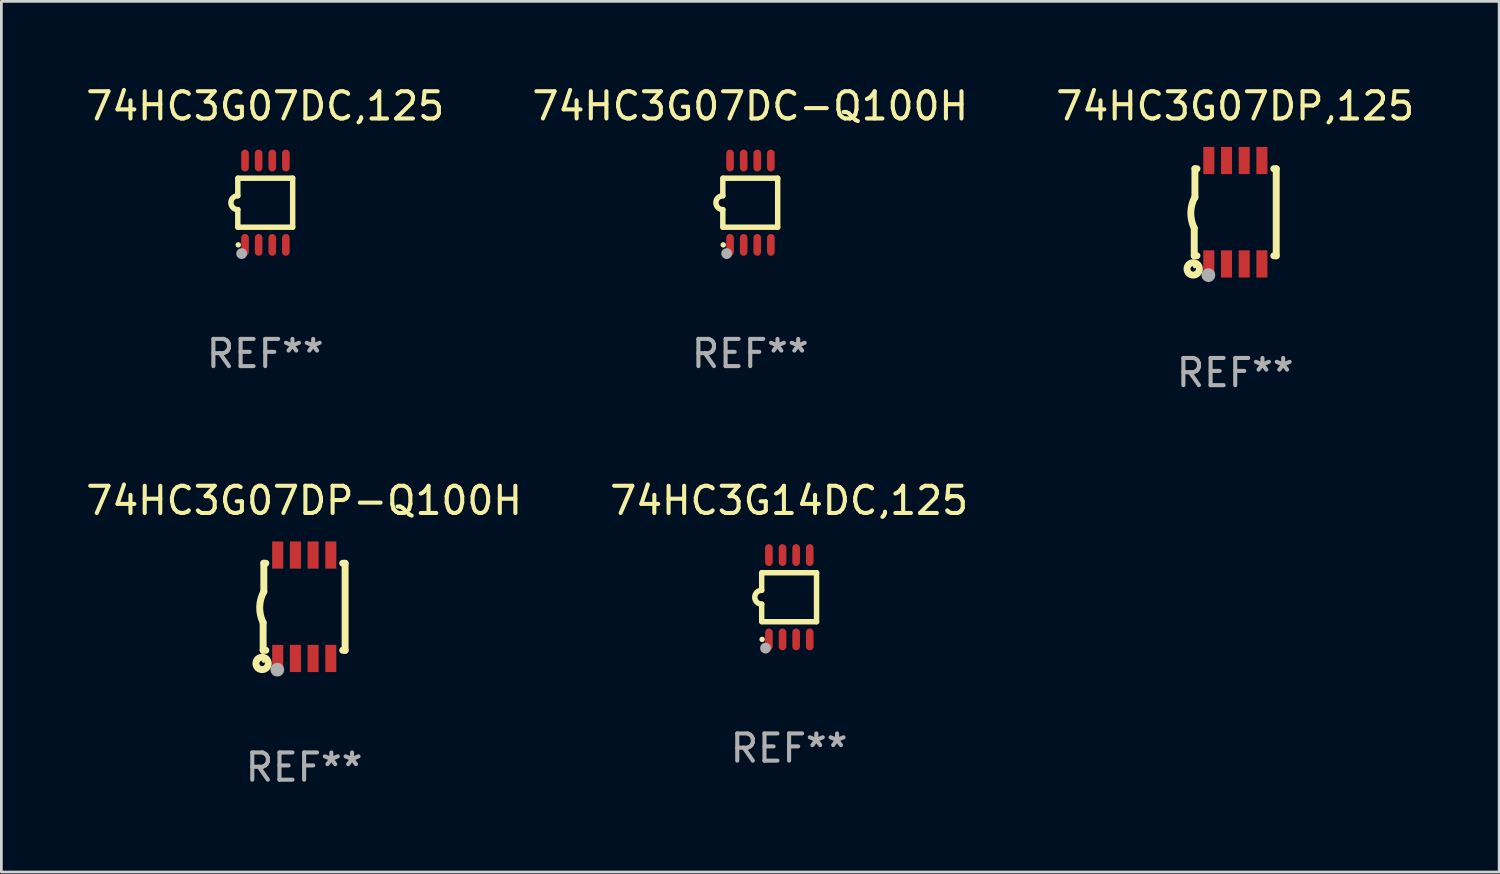
<source format=kicad_pcb>
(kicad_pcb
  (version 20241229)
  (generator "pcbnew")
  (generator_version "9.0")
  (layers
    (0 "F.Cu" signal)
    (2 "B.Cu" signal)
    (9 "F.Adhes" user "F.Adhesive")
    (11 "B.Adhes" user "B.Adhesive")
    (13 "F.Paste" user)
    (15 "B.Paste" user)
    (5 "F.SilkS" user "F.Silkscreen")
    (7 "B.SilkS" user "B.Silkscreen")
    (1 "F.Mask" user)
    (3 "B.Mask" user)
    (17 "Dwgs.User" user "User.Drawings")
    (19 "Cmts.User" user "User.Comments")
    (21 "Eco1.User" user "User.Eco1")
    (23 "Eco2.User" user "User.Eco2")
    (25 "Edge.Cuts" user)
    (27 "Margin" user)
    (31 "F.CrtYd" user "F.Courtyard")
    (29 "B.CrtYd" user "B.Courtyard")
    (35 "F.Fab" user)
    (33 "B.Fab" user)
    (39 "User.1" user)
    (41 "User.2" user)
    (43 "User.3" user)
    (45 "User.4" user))
  (footprint "74HC3G07DP,125"
    (layer "F.Cu")
    (at 42.339 4.748)
    (property "Reference" "74HC3G07DP,125" (at 0 -3.9 0) (layer "F.SilkS") (effects (font (size 1 1) (thickness 0.15))))
    (attr through_hole)
    (fp_line (start -1.506 1.6) (end -1.506 0.584) (stroke (width 0.254) (type solid)) (layer "F.SilkS"))
    (fp_line (start -1.506 1.6) (end -1.407 1.6) (stroke (width 0.254) (type solid)) (layer "F.SilkS"))
    (fp_line (start -1.481 -1.599) (end -1.481 -0.549) (stroke (width 0.254) (type solid)) (layer "F.SilkS"))
    (fp_line (start -1.481 -1.599) (end -1.407 -1.599) (stroke (width 0.254) (type solid)) (layer "F.SilkS"))
    (fp_line (start 1.417 -1.599) (end 1.506 -1.599) (stroke (width 0.254) (type solid)) (layer "F.SilkS"))
    (fp_line (start 1.417 1.6) (end 1.506 1.6) (stroke (width 0.254) (type solid)) (layer "F.SilkS"))
    (fp_line (start 1.506 1.603) (end 1.506 -1.595) (stroke (width 0.254) (type solid)) (layer "F.SilkS"))
    (fp_arc (start -1.506223 0.584328) (mid -1.632455 0.00974) (end -1.480823 -0.558674) (stroke (width 0.254001) (type solid)) (layer "F.SilkS"))
    (fp_circle (center -1.544 2.083) (end -1.443 2.083) (stroke (width 0.254) (type solid)) (fill no) (layer "F.SilkS"))
    (fp_circle (center -1.495 2) (end -1.465 2) (stroke (width 0.06) (type solid)) (fill no) (layer "F.SilkS"))
    (fp_circle (center -0.986 2.312) (end -0.859 2.312) (stroke (width 0.254) (type solid)) (fill no) (layer "F.Fab"))
    (fp_text user "REF**" (at 0 5.9 0) (layer "F.Fab") (effects (font (size 1 1) (thickness 0.15))))
    (pad "1" smd rect (at -0.97 1.9 90) (size 1 0.406) (layers "F.Cu" "F.Mask" "F.Paste"))
    (pad "2" smd rect (at -0.32 1.9 90) (size 1 0.406) (layers "F.Cu" "F.Mask" "F.Paste"))
    (pad "3" smd rect (at 0.33 1.9 90) (size 1 0.406) (layers "F.Cu" "F.Mask" "F.Paste"))
    (pad "4" smd rect (at 0.98 1.9 90) (size 1 0.406) (layers "F.Cu" "F.Mask" "F.Paste"))
    (pad "5" smd rect (at 0.98 -1.9 90) (size 1 0.406) (layers "F.Cu" "F.Mask" "F.Paste"))
    (pad "6" smd rect (at 0.33 -1.9 90) (size 1 0.406) (layers "F.Cu" "F.Mask" "F.Paste"))
    (pad "7" smd rect (at -0.32 -1.9 90) (size 1 0.406) (layers "F.Cu" "F.Mask" "F.Paste"))
    (pad "8" smd rect (at -0.97 -1.9 90) (size 1 0.406) (layers "F.Cu" "F.Mask" "F.Paste")))
  (footprint "74HC3G07DP-Q100H"
    (layer "F.Cu")
    (at 8.125 19.245)
    (property "Reference" "74HC3G07DP-Q100H" (at 0 -3.9 0) (layer "F.SilkS") (effects (font (size 1 1) (thickness 0.15))))
    (attr through_hole)
    (fp_line (start -1.506 1.6) (end -1.506 0.584) (stroke (width 0.254) (type solid)) (layer "F.SilkS"))
    (fp_line (start -1.506 1.6) (end -1.407 1.6) (stroke (width 0.254) (type solid)) (layer "F.SilkS"))
    (fp_line (start -1.481 -1.599) (end -1.481 -0.549) (stroke (width 0.254) (type solid)) (layer "F.SilkS"))
    (fp_line (start -1.481 -1.599) (end -1.407 -1.599) (stroke (width 0.254) (type solid)) (layer "F.SilkS"))
    (fp_line (start 1.417 -1.599) (end 1.506 -1.599) (stroke (width 0.254) (type solid)) (layer "F.SilkS"))
    (fp_line (start 1.417 1.6) (end 1.506 1.6) (stroke (width 0.254) (type solid)) (layer "F.SilkS"))
    (fp_line (start 1.506 1.603) (end 1.506 -1.595) (stroke (width 0.254) (type solid)) (layer "F.SilkS"))
    (fp_arc (start -1.506223 0.584328) (mid -1.632455 0.00974) (end -1.480823 -0.558674) (stroke (width 0.254001) (type solid)) (layer "F.SilkS"))
    (fp_circle (center -1.544 2.083) (end -1.443 2.083) (stroke (width 0.254) (type solid)) (fill no) (layer "F.SilkS"))
    (fp_circle (center -1.495 2) (end -1.465 2) (stroke (width 0.06) (type solid)) (fill no) (layer "F.SilkS"))
    (fp_circle (center -0.986 2.312) (end -0.859 2.312) (stroke (width 0.254) (type solid)) (fill no) (layer "F.Fab"))
    (fp_text user "REF**" (at 0 5.9 0) (layer "F.Fab") (effects (font (size 1 1) (thickness 0.15))))
    (pad "1" smd rect (at -0.97 1.9 90) (size 1 0.406) (layers "F.Cu" "F.Mask" "F.Paste"))
    (pad "2" smd rect (at -0.32 1.9 90) (size 1 0.406) (layers "F.Cu" "F.Mask" "F.Paste"))
    (pad "3" smd rect (at 0.33 1.9 90) (size 1 0.406) (layers "F.Cu" "F.Mask" "F.Paste"))
    (pad "4" smd rect (at 0.98 1.9 90) (size 1 0.406) (layers "F.Cu" "F.Mask" "F.Paste"))
    (pad "5" smd rect (at 0.98 -1.9 90) (size 1 0.406) (layers "F.Cu" "F.Mask" "F.Paste"))
    (pad "6" smd rect (at 0.33 -1.9 90) (size 1 0.406) (layers "F.Cu" "F.Mask" "F.Paste"))
    (pad "7" smd rect (at -0.32 -1.9 90) (size 1 0.406) (layers "F.Cu" "F.Mask" "F.Paste"))
    (pad "8" smd rect (at -0.97 -1.9 90) (size 1 0.406) (layers "F.Cu" "F.Mask" "F.Paste")))
  (footprint "74HC3G14DC,125"
    (layer "F.Cu")
    (at 25.946 18.895)
    (property "Reference" "74HC3G14DC,125" (at 0 -3.55 0) (layer "F.SilkS") (effects (font (size 1 1) (thickness 0.15))))
    (attr through_hole)
    (fp_line (start -1.008 -0.254) (end -1.008 -0.9) (stroke (width 0.2) (type solid)) (layer "F.SilkS"))
    (fp_line (start -1.008 0.254) (end -1.008 0.9) (stroke (width 0.2) (type solid)) (layer "F.SilkS"))
    (fp_line (start -0.992 0.9) (end 1.008 0.9) (stroke (width 0.2) (type solid)) (layer "F.SilkS"))
    (fp_line (start 1.008 -0.9) (end -0.992 -0.9) (stroke (width 0.2) (type solid)) (layer "F.SilkS"))
    (fp_line (start 1.008 0.9) (end 1.008 -0.9) (stroke (width 0.2) (type solid)) (layer "F.SilkS"))
    (fp_arc (start -1.008001 0.254001) (mid -1.262002 0) (end -1.008001 -0.254001) (stroke (width 0.2) (type solid)) (layer "F.SilkS"))
    (fp_circle (center -0.992 1.55) (end -0.942 1.55) (stroke (width 0.1) (type solid)) (fill no) (layer "F.SilkS"))
    (fp_circle (center -0.866 1.87) (end -0.766 1.87) (stroke (width 0.2) (type solid)) (fill no) (layer "F.Fab"))
    (fp_text user "REF**" (at 0 5.55 0) (layer "F.Fab") (effects (font (size 1 1) (thickness 0.15))))
    (pad "1" smd oval (at -0.742 1.55 270) (size 0.8 0.28) (layers "F.Cu" "F.Mask" "F.Paste"))
    (pad "2" smd oval (at -0.242 1.55 270) (size 0.8 0.28) (layers "F.Cu" "F.Mask" "F.Paste"))
    (pad "3" smd oval (at 0.258 1.55 270) (size 0.8 0.28) (layers "F.Cu" "F.Mask" "F.Paste"))
    (pad "4" smd oval (at 0.758 1.55 270) (size 0.8 0.28) (layers "F.Cu" "F.Mask" "F.Paste"))
    (pad "5" smd oval (at 0.758 -1.55 270) (size 0.8 0.28) (layers "F.Cu" "F.Mask" "F.Paste"))
    (pad "6" smd oval (at 0.258 -1.55 270) (size 0.8 0.28) (layers "F.Cu" "F.Mask" "F.Paste"))
    (pad "7" smd oval (at -0.242 -1.55 270) (size 0.8 0.28) (layers "F.Cu" "F.Mask" "F.Paste"))
    (pad "8" smd oval (at -0.742 -1.55 270) (size 0.8 0.28) (layers "F.Cu" "F.Mask" "F.Paste")))
  (footprint "74HC3G07DC-Q100H"
    (layer "F.Cu")
    (at 24.518 4.398)
    (property "Reference" "74HC3G07DC-Q100H" (at 0 -3.55 0) (layer "F.SilkS") (effects (font (size 1 1) (thickness 0.15))))
    (attr through_hole)
    (fp_line (start -1.008 -0.254) (end -1.008 -0.9) (stroke (width 0.2) (type solid)) (layer "F.SilkS"))
    (fp_line (start -1.008 0.254) (end -1.008 0.9) (stroke (width 0.2) (type solid)) (layer "F.SilkS"))
    (fp_line (start -0.992 0.9) (end 1.008 0.9) (stroke (width 0.2) (type solid)) (layer "F.SilkS"))
    (fp_line (start 1.008 -0.9) (end -0.992 -0.9) (stroke (width 0.2) (type solid)) (layer "F.SilkS"))
    (fp_line (start 1.008 0.9) (end 1.008 -0.9) (stroke (width 0.2) (type solid)) (layer "F.SilkS"))
    (fp_arc (start -1.008001 0.254001) (mid -1.262002 0) (end -1.008001 -0.254001) (stroke (width 0.2) (type solid)) (layer "F.SilkS"))
    (fp_circle (center -0.992 1.55) (end -0.942 1.55) (stroke (width 0.1) (type solid)) (fill no) (layer "F.SilkS"))
    (fp_circle (center -0.866 1.87) (end -0.766 1.87) (stroke (width 0.2) (type solid)) (fill no) (layer "F.Fab"))
    (fp_text user "REF**" (at 0 5.55 0) (layer "F.Fab") (effects (font (size 1 1) (thickness 0.15))))
    (pad "1" smd oval (at -0.742 1.55 270) (size 0.8 0.28) (layers "F.Cu" "F.Mask" "F.Paste"))
    (pad "2" smd oval (at -0.242 1.55 270) (size 0.8 0.28) (layers "F.Cu" "F.Mask" "F.Paste"))
    (pad "3" smd oval (at 0.258 1.55 270) (size 0.8 0.28) (layers "F.Cu" "F.Mask" "F.Paste"))
    (pad "4" smd oval (at 0.758 1.55 270) (size 0.8 0.28) (layers "F.Cu" "F.Mask" "F.Paste"))
    (pad "5" smd oval (at 0.758 -1.55 270) (size 0.8 0.28) (layers "F.Cu" "F.Mask" "F.Paste"))
    (pad "6" smd oval (at 0.258 -1.55 270) (size 0.8 0.28) (layers "F.Cu" "F.Mask" "F.Paste"))
    (pad "7" smd oval (at -0.242 -1.55 270) (size 0.8 0.28) (layers "F.Cu" "F.Mask" "F.Paste"))
    (pad "8" smd oval (at -0.742 -1.55 270) (size 0.8 0.28) (layers "F.Cu" "F.Mask" "F.Paste")))
  (footprint "74HC3G07DC,125"
    (layer "F.Cu")
    (at 6.696 4.398)
    (property "Reference" "74HC3G07DC,125" (at 0 -3.55 0) (layer "F.SilkS") (effects (font (size 1 1) (thickness 0.15))))
    (attr through_hole)
    (fp_line (start -1.008 -0.254) (end -1.008 -0.9) (stroke (width 0.2) (type solid)) (layer "F.SilkS"))
    (fp_line (start -1.008 0.254) (end -1.008 0.9) (stroke (width 0.2) (type solid)) (layer "F.SilkS"))
    (fp_line (start -0.992 0.9) (end 1.008 0.9) (stroke (width 0.2) (type solid)) (layer "F.SilkS"))
    (fp_line (start 1.008 -0.9) (end -0.992 -0.9) (stroke (width 0.2) (type solid)) (layer "F.SilkS"))
    (fp_line (start 1.008 0.9) (end 1.008 -0.9) (stroke (width 0.2) (type solid)) (layer "F.SilkS"))
    (fp_arc (start -1.008001 0.254001) (mid -1.262002 0) (end -1.008001 -0.254001) (stroke (width 0.2) (type solid)) (layer "F.SilkS"))
    (fp_circle (center -0.992 1.55) (end -0.942 1.55) (stroke (width 0.1) (type solid)) (fill no) (layer "F.SilkS"))
    (fp_circle (center -0.866 1.87) (end -0.766 1.87) (stroke (width 0.2) (type solid)) (fill no) (layer "F.Fab"))
    (fp_text user "REF**" (at 0 5.55 0) (layer "F.Fab") (effects (font (size 1 1) (thickness 0.15))))
    (pad "1" smd oval (at -0.742 1.55 270) (size 0.8 0.28) (layers "F.Cu" "F.Mask" "F.Paste"))
    (pad "2" smd oval (at -0.242 1.55 270) (size 0.8 0.28) (layers "F.Cu" "F.Mask" "F.Paste"))
    (pad "3" smd oval (at 0.258 1.55 270) (size 0.8 0.28) (layers "F.Cu" "F.Mask" "F.Paste"))
    (pad "4" smd oval (at 0.758 1.55 270) (size 0.8 0.28) (layers "F.Cu" "F.Mask" "F.Paste"))
    (pad "5" smd oval (at 0.758 -1.55 270) (size 0.8 0.28) (layers "F.Cu" "F.Mask" "F.Paste"))
    (pad "6" smd oval (at 0.258 -1.55 270) (size 0.8 0.28) (layers "F.Cu" "F.Mask" "F.Paste"))
    (pad "7" smd oval (at -0.242 -1.55 270) (size 0.8 0.28) (layers "F.Cu" "F.Mask" "F.Paste"))
    (pad "8" smd oval (at -0.742 -1.55 270) (size 0.8 0.28) (layers "F.Cu" "F.Mask" "F.Paste")))
  (gr_rect
    (start -3 -3)
    (end 52.036 28.993)
    (stroke (width 0.1) (type default))
    (fill no)
    (layer "Edge.Cuts")))
</source>
